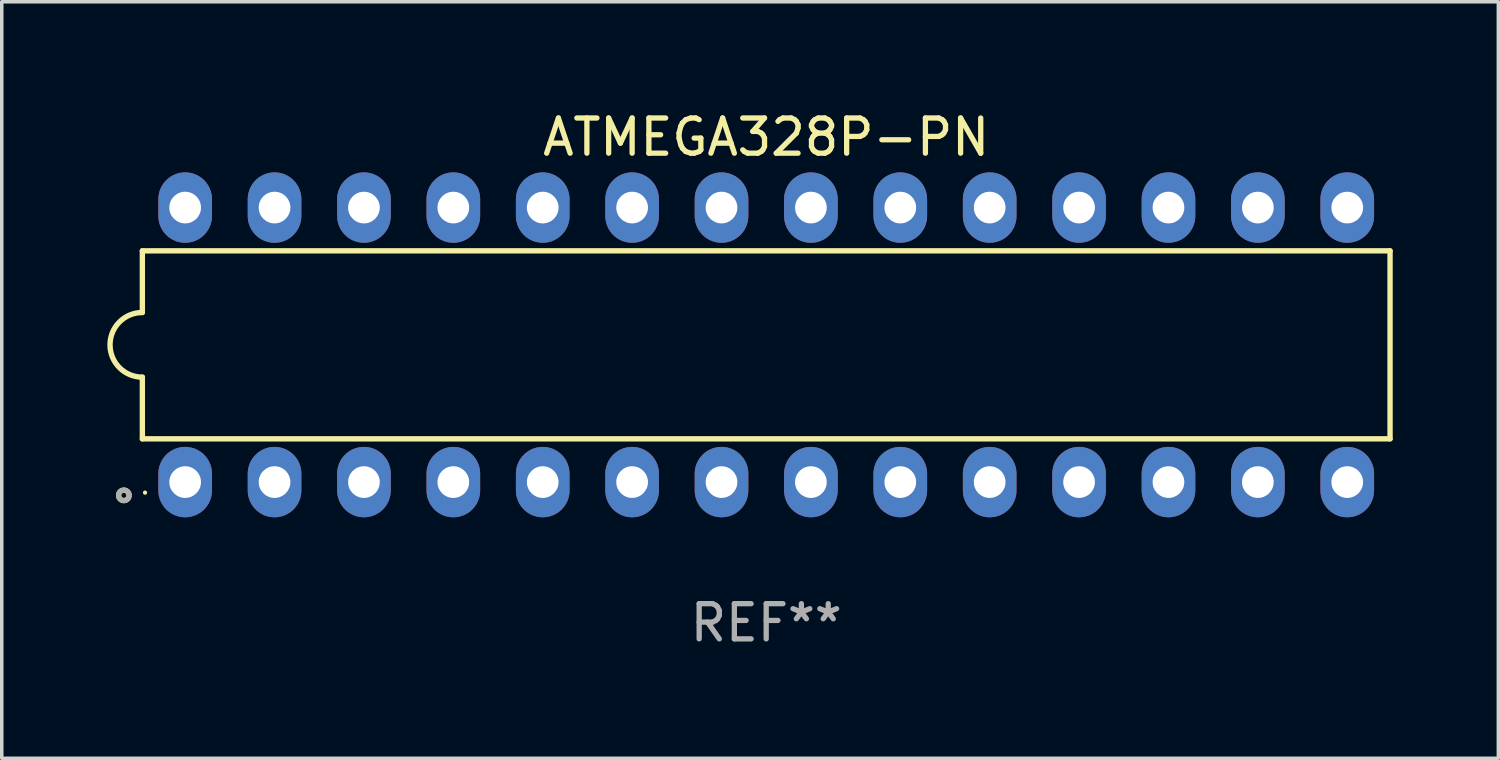
<source format=kicad_pcb>
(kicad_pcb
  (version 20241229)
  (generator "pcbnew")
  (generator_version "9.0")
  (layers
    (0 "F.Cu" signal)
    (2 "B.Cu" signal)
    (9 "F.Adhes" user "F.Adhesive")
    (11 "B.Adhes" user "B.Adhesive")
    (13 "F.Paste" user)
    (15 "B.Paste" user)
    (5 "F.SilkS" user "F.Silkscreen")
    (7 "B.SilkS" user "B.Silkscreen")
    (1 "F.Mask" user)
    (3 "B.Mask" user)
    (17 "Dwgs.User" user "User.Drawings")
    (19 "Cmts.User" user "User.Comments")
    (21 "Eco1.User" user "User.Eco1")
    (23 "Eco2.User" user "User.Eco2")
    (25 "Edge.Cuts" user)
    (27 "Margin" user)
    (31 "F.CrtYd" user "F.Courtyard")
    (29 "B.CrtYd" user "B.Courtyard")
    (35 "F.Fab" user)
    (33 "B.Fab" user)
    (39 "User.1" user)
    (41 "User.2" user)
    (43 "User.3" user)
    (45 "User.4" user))
  (footprint "ATMEGA328P-PN"
    (layer "F.Cu")
    (at 18.721 6.748)
    (property "Reference" "ATMEGA328P-PN" (at 0 -5.9 0) (layer "F.SilkS") (effects (font (size 1 1) (thickness 0.15))))
    (attr through_hole)
    (fp_line (start -17.726 -2.671) (end -17.726 -0.919) (stroke (width 0.152) (type solid)) (layer "F.SilkS"))
    (fp_line (start -17.726 0.919) (end -17.726 2.671) (stroke (width 0.152) (type solid)) (layer "F.SilkS"))
    (fp_line (start -17.726 2.671) (end 17.726 2.671) (stroke (width 0.152) (type solid)) (layer "F.SilkS"))
    (fp_line (start 17.726 -2.671) (end -17.726 -2.671) (stroke (width 0.152) (type solid)) (layer "F.SilkS"))
    (fp_line (start 17.726 2.671) (end 17.726 -2.671) (stroke (width 0.152) (type solid)) (layer "F.SilkS"))
    (fp_arc (start -17.726213 0.91875) (mid -18.644963 0) (end -17.726213 -0.91875) (stroke (width 0.1524) (type solid)) (layer "F.SilkS"))
    (fp_circle (center -18.252 4.277) (end -18.178 4.277) (stroke (width 0.15) (type solid)) (fill no) (layer "F.SilkS"))
    (fp_circle (center -17.65 4.2) (end -17.62 4.2) (stroke (width 0.06) (type solid)) (fill no) (layer "F.SilkS"))
    (fp_circle (center -18.252 4.277) (end -18.178 4.277) (stroke (width 0.15) (type solid)) (fill no) (layer "F.Fab"))
    (fp_text user "REF**" (at 0 7.9 0) (layer "F.Fab") (effects (font (size 1 1) (thickness 0.15))))
    (pad "1" thru_hole oval (at -16.51 3.9) (size 1.524 2) (drill 0.9) (layers "*.Cu" "*.Mask"))
    (pad "2" thru_hole oval (at -13.97 3.9) (size 1.524 2) (drill 0.9) (layers "*.Cu" "*.Mask"))
    (pad "3" thru_hole oval (at -11.43 3.9) (size 1.524 2) (drill 0.9) (layers "*.Cu" "*.Mask"))
    (pad "4" thru_hole oval (at -8.89 3.9) (size 1.524 2) (drill 0.9) (layers "*.Cu" "*.Mask"))
    (pad "5" thru_hole oval (at -6.35 3.9) (size 1.524 2) (drill 0.9) (layers "*.Cu" "*.Mask"))
    (pad "6" thru_hole oval (at -3.81 3.9) (size 1.524 2) (drill 0.9) (layers "*.Cu" "*.Mask"))
    (pad "7" thru_hole oval (at -1.27 3.9) (size 1.524 2) (drill 0.9) (layers "*.Cu" "*.Mask"))
    (pad "8" thru_hole oval (at 1.27 3.9) (size 1.524 2) (drill 0.9) (layers "*.Cu" "*.Mask"))
    (pad "9" thru_hole oval (at 3.81 3.9) (size 1.524 2) (drill 0.9) (layers "*.Cu" "*.Mask"))
    (pad "10" thru_hole oval (at 6.35 3.9) (size 1.524 2) (drill 0.9) (layers "*.Cu" "*.Mask"))
    (pad "11" thru_hole oval (at 8.89 3.9) (size 1.524 2) (drill 0.9) (layers "*.Cu" "*.Mask"))
    (pad "12" thru_hole oval (at 11.43 3.9) (size 1.524 2) (drill 0.9) (layers "*.Cu" "*.Mask"))
    (pad "13" thru_hole oval (at 13.97 3.9) (size 1.524 2) (drill 0.9) (layers "*.Cu" "*.Mask"))
    (pad "14" thru_hole oval (at 16.51 3.9) (size 1.524 2) (drill 0.9) (layers "*.Cu" "*.Mask"))
    (pad "15" thru_hole oval (at 16.51 -3.9) (size 1.524 2) (drill 0.9) (layers "*.Cu" "*.Mask"))
    (pad "16" thru_hole oval (at 13.97 -3.9) (size 1.524 2) (drill 0.9) (layers "*.Cu" "*.Mask"))
    (pad "17" thru_hole oval (at 11.43 -3.9) (size 1.524 2) (drill 0.9) (layers "*.Cu" "*.Mask"))
    (pad "18" thru_hole oval (at 8.89 -3.9) (size 1.524 2) (drill 0.9) (layers "*.Cu" "*.Mask"))
    (pad "19" thru_hole oval (at 6.35 -3.9) (size 1.524 2) (drill 0.9) (layers "*.Cu" "*.Mask"))
    (pad "20" thru_hole oval (at 3.81 -3.9) (size 1.524 2) (drill 0.9) (layers "*.Cu" "*.Mask"))
    (pad "21" thru_hole oval (at 1.27 -3.9) (size 1.524 2) (drill 0.9) (layers "*.Cu" "*.Mask"))
    (pad "22" thru_hole oval (at -1.27 -3.9) (size 1.524 2) (drill 0.9) (layers "*.Cu" "*.Mask"))
    (pad "23" thru_hole oval (at -3.81 -3.9) (size 1.524 2) (drill 0.9) (layers "*.Cu" "*.Mask"))
    (pad "24" thru_hole oval (at -6.35 -3.9) (size 1.524 2) (drill 0.9) (layers "*.Cu" "*.Mask"))
    (pad "25" thru_hole oval (at -8.89 -3.9) (size 1.524 2) (drill 0.9) (layers "*.Cu" "*.Mask"))
    (pad "26" thru_hole oval (at -11.43 -3.9) (size 1.524 2) (drill 0.9) (layers "*.Cu" "*.Mask"))
    (pad "27" thru_hole oval (at -13.97 -3.9) (size 1.524 2) (drill 0.9) (layers "*.Cu" "*.Mask"))
    (pad "28" thru_hole oval (at -16.51 -3.9) (size 1.524 2) (drill 0.9) (layers "*.Cu" "*.Mask")))
  (gr_rect
    (start -3 -3)
    (end 39.524 18.496)
    (stroke (width 0.1) (type default))
    (fill no)
    (layer "Edge.Cuts")))
</source>
